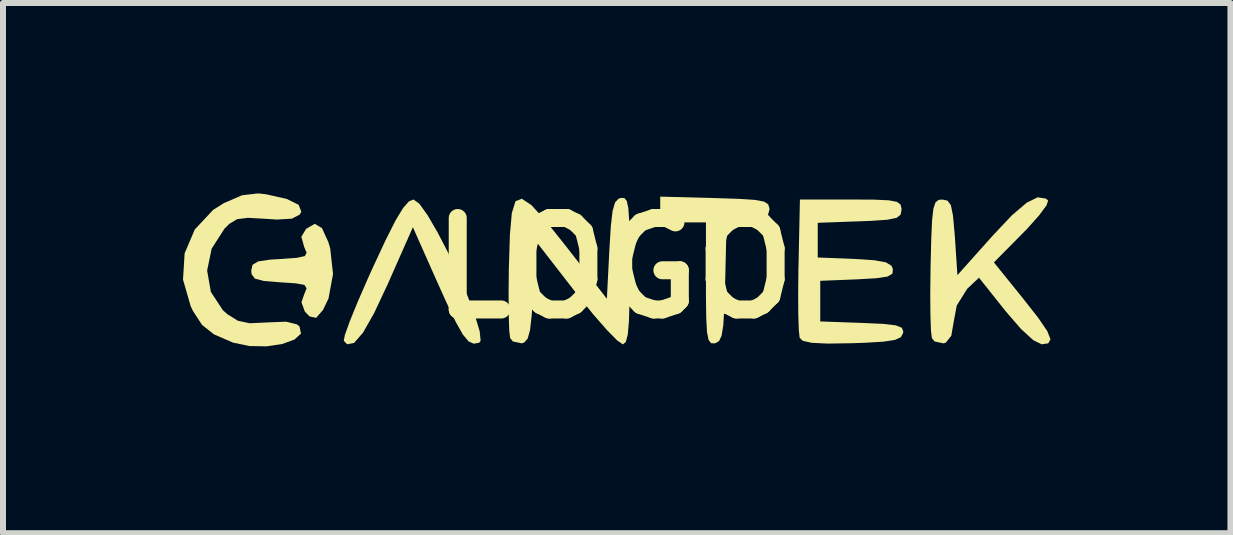
<source format=kicad_pcb>
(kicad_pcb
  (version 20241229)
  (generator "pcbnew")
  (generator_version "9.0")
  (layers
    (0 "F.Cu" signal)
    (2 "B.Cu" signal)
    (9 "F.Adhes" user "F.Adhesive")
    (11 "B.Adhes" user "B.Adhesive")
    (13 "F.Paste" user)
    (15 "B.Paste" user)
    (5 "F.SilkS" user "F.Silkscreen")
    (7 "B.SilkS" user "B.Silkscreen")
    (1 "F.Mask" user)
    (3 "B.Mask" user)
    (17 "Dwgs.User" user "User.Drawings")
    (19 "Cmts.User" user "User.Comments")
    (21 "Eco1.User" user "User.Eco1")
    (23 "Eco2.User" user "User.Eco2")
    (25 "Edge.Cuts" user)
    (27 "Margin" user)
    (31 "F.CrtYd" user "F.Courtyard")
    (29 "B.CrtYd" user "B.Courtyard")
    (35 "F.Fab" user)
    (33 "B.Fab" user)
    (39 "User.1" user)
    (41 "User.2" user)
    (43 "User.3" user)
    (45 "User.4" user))
  (footprint "LOGO"
    (layer "F.Cu")
    (at 7.191 1.418)
    (property "Reference" "LOGO" (at 0 0 0) (layer "F.SilkS") (effects (font (size 1.524 1.524) (thickness 0.3))))
    (attr board_only exclude_from_pos_files exclude_from_bom)
    (fp_poly (pts (xy -4.875 -0.666) (xy -4.769 -0.434) (xy -4.738 -0.328) (xy -4.691 0.099) (xy -4.766 0.506) (xy -4.857 0.696) (xy -4.972 0.829) (xy -5.082 0.806) (xy -5.16 0.725) (xy -5.217 0.569) (xy -5.17 0.433) (xy -5.131 0.337) (xy -5.166 0.282) (xy -5.309 0.254) (xy -5.566 0.237) (xy -5.844 0.215) (xy -5.992 0.176) (xy -6.048 0.103) (xy -6.054 0.042) (xy -6.032 -0.055) (xy -5.94 -0.111) (xy -5.74 -0.141) (xy -5.566 -0.152) (xy -5.295 -0.171) (xy -5.161 -0.2) (xy -5.131 -0.257) (xy -5.172 -0.353) (xy -5.219 -0.522) (xy -5.139 -0.655) (xy -4.995 -0.738)) (stroke (width 0) (type solid)) (fill yes) (layer "F.SilkS"))
    (fp_poly (pts (xy 1.672 -1.167) (xy 2.075 -1.154) (xy 2.337 -1.137) (xy 2.49 -1.109) (xy 2.561 -1.064) (xy 2.582 -0.996) (xy 2.582 -0.974) (xy 2.551 -0.862) (xy 2.429 -0.803) (xy 2.225 -0.778) (xy 1.868 -0.753) (xy 1.844 0.237) (xy 1.831 0.664) (xy 1.813 0.952) (xy 1.785 1.126) (xy 1.742 1.217) (xy 1.68 1.252) (xy 1.672 1.254) (xy 1.61 1.252) (xy 1.568 1.199) (xy 1.542 1.069) (xy 1.529 0.835) (xy 1.524 0.471) (xy 1.524 0.26) (xy 1.524 -0.762) (xy 1.143 -0.762) (xy 0.908 -0.771) (xy 0.797 -0.814) (xy 0.764 -0.917) (xy 0.762 -0.977) (xy 0.762 -1.191)) (stroke (width 0) (type solid)) (fill yes) (layer "F.SilkS"))
    (fp_poly (pts (xy -3.252 -1.072) (xy -3.114 -0.88) (xy -2.95 -0.598) (xy -2.774 -0.259) (xy -2.602 0.108) (xy -2.447 0.469) (xy -2.324 0.795) (xy -2.247 1.052) (xy -2.231 1.21) (xy -2.253 1.243) (xy -2.345 1.26) (xy -2.431 1.222) (xy -2.527 1.108) (xy -2.647 0.895) (xy -2.805 0.563) (xy -2.962 0.215) (xy -3.36 -0.681) (xy -3.782 0.273) (xy -4.008 0.754) (xy -4.192 1.077) (xy -4.34 1.247) (xy -4.455 1.27) (xy -4.512 1.211) (xy -4.493 1.114) (xy -4.414 0.892) (xy -4.285 0.575) (xy -4.118 0.191) (xy -4.032 0) (xy -3.814 -0.467) (xy -3.648 -0.796) (xy -3.521 -1.005) (xy -3.423 -1.114) (xy -3.349 -1.143)) (stroke (width 0) (type solid)) (fill yes) (layer "F.SilkS"))
    (fp_poly (pts (xy -5.81 -1.231) (xy -5.463 -1.153) (xy -5.263 -1.054) (xy -5.22 -0.94) (xy -5.247 -0.891) (xy -5.377 -0.824) (xy -5.628 -0.809) (xy -5.824 -0.822) (xy -6.111 -0.838) (xy -6.29 -0.815) (xy -6.42 -0.737) (xy -6.5 -0.657) (xy -6.714 -0.323) (xy -6.789 0.041) (xy -6.727 0.396) (xy -6.529 0.699) (xy -6.455 0.766) (xy -6.278 0.877) (xy -6.081 0.919) (xy -5.794 0.906) (xy -5.783 0.905) (xy -5.471 0.893) (xy -5.291 0.938) (xy -5.249 0.974) (xy -5.225 1.092) (xy -5.334 1.191) (xy -5.538 1.265) (xy -5.8 1.304) (xy -6.084 1.299) (xy -6.353 1.243) (xy -6.372 1.236) (xy -6.676 1.104) (xy -6.874 0.947) (xy -7.024 0.716) (xy -7.062 0.639) (xy -7.191 0.192) (xy -7.164 -0.247) (xy -6.994 -0.645) (xy -6.689 -0.97) (xy -6.51 -1.083) (xy -6.206 -1.214) (xy -5.938 -1.245)) (stroke (width 0) (type solid)) (fill yes) (layer "F.SilkS"))
    (fp_poly (pts (xy 4.322 -1.141) (xy 4.569 -1.13) (xy 4.708 -1.104) (xy 4.769 -1.057) (xy 4.784 -0.983) (xy 4.784 -0.974) (xy 4.768 -0.89) (xy 4.701 -0.837) (xy 4.547 -0.806) (xy 4.273 -0.787) (xy 4.085 -0.78) (xy 3.387 -0.755) (xy 3.387 -0.177) (xy 4 -0.152) (xy 4.329 -0.131) (xy 4.523 -0.096) (xy 4.617 -0.038) (xy 4.64 0.017) (xy 4.632 0.093) (xy 4.55 0.141) (xy 4.363 0.169) (xy 4.048 0.187) (xy 3.429 0.212) (xy 3.429 0.889) (xy 4.133 0.914) (xy 4.48 0.93) (xy 4.688 0.954) (xy 4.789 0.995) (xy 4.813 1.058) (xy 4.809 1.083) (xy 4.773 1.151) (xy 4.674 1.197) (xy 4.482 1.226) (xy 4.166 1.245) (xy 3.956 1.252) (xy 3.549 1.258) (xy 3.285 1.245) (xy 3.138 1.212) (xy 3.086 1.163) (xy 3.072 1.039) (xy 3.063 0.782) (xy 3.061 0.427) (xy 3.065 0.011) (xy 3.067 -0.047) (xy 3.09 -1.143) (xy 3.937 -1.143)) (stroke (width 0) (type solid)) (fill yes) (layer "F.SilkS"))
    (fp_poly (pts (xy 0.164 -1.168) (xy 0.204 -1.12) (xy 0.23 -1.003) (xy 0.245 -0.79) (xy 0.252 -0.458) (xy 0.254 0.017) (xy 0.254 0.036) (xy 0.251 0.533) (xy 0.241 0.883) (xy 0.221 1.107) (xy 0.19 1.229) (xy 0.145 1.269) (xy 0.138 1.27) (xy 0.045 1.206) (xy -0.126 1.032) (xy -0.352 0.774) (xy -0.609 0.456) (xy -0.645 0.409) (xy -1.312 -0.451) (xy -1.355 0.387) (xy -1.379 0.778) (xy -1.407 1.031) (xy -1.447 1.175) (xy -1.505 1.24) (xy -1.545 1.254) (xy -1.693 1.223) (xy -1.739 1.166) (xy -1.754 1.041) (xy -1.763 0.782) (xy -1.765 0.427) (xy -1.761 0.011) (xy -1.759 -0.046) (xy -1.743 -0.563) (xy -1.711 -0.918) (xy -1.65 -1.114) (xy -1.545 -1.156) (xy -1.384 -1.049) (xy -1.152 -0.795) (xy -0.836 -0.399) (xy -0.791 -0.342) (xy -0.127 0.511) (xy -0.085 -0.315) (xy -0.061 -0.703) (xy -0.032 -0.952) (xy 0.009 -1.094) (xy 0.068 -1.157) (xy 0.106 -1.169)) (stroke (width 0) (type solid)) (fill yes) (layer "F.SilkS"))
    (fp_poly (pts (xy 7.189 -1.158) (xy 7.227 -1.127) (xy 7.199 -1.044) (xy 7.074 -0.876) (xy 6.876 -0.654) (xy 6.804 -0.581) (xy 6.323 -0.095) (xy 6.802 0.498) (xy 7.061 0.828) (xy 7.213 1.051) (xy 7.266 1.187) (xy 7.228 1.254) (xy 7.119 1.27) (xy 6.98 1.202) (xy 6.774 1.014) (xy 6.524 0.725) (xy 6.516 0.715) (xy 6.074 0.16) (xy 5.878 0.345) (xy 5.704 0.623) (xy 5.656 0.878) (xy 5.613 1.127) (xy 5.523 1.241) (xy 5.482 1.254) (xy 5.335 1.223) (xy 5.289 1.166) (xy 5.274 1.041) (xy 5.265 0.782) (xy 5.262 0.427) (xy 5.267 0.011) (xy 5.268 -0.047) (xy 5.279 -0.495) (xy 5.293 -0.802) (xy 5.315 -0.992) (xy 5.349 -1.095) (xy 5.4 -1.136) (xy 5.461 -1.143) (xy 5.549 -1.125) (xy 5.606 -1.048) (xy 5.641 -0.876) (xy 5.668 -0.576) (xy 5.673 -0.513) (xy 5.715 0.117) (xy 6.297 -0.534) (xy 6.621 -0.878) (xy 6.868 -1.089) (xy 7.052 -1.18)) (stroke (width 0) (type solid)) (fill yes) (layer "F.SilkS")))
  (gr_rect
    (start -3 -3)
    (end 17.456 5.836)
    (stroke (width 0.1) (type default))
    (fill no)
    (layer "Edge.Cuts")))
</source>
